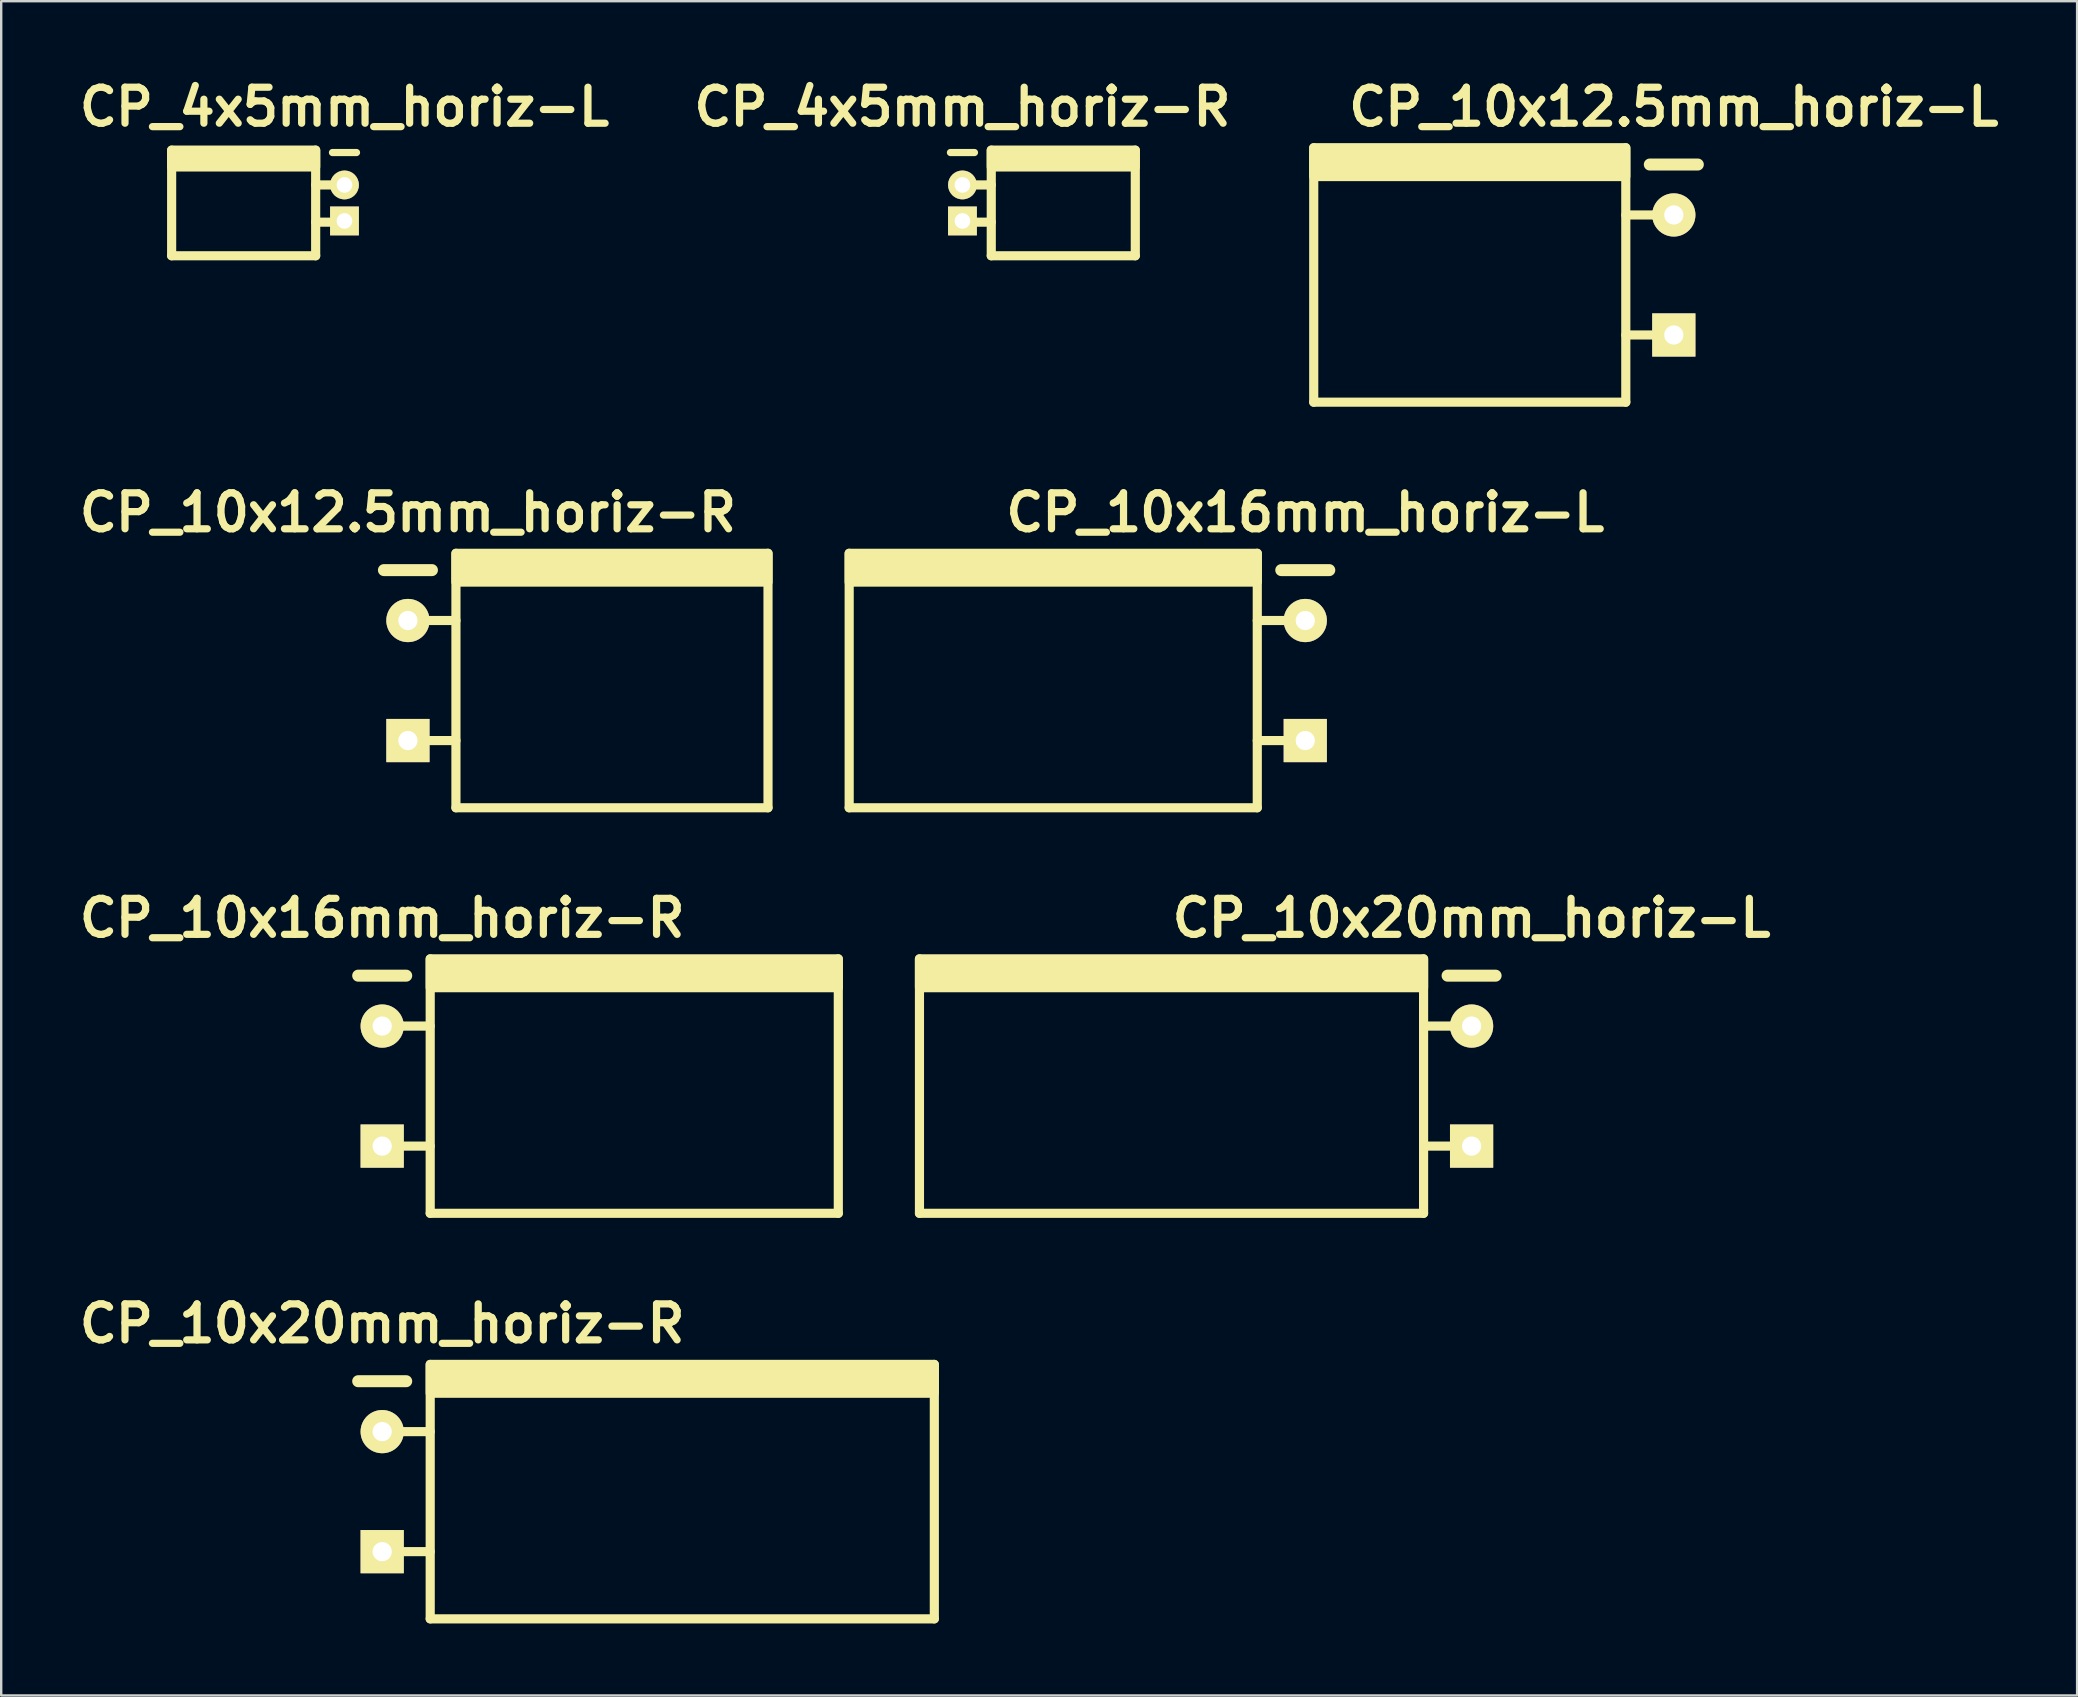
<source format=kicad_pcb>
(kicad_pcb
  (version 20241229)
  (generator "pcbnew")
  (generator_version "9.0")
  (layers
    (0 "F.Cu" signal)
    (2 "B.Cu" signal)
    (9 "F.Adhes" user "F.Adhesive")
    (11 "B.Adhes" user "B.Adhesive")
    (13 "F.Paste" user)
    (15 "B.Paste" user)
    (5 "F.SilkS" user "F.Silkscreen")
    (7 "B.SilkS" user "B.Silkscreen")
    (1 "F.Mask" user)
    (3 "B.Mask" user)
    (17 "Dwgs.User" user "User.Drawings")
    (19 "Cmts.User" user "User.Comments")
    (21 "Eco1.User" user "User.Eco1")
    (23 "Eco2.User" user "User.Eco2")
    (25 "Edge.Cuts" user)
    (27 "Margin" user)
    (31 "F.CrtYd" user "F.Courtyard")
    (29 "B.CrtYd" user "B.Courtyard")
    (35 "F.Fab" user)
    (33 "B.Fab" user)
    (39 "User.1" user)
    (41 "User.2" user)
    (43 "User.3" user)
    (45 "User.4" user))
  (footprint "CP_10x12.5mm_horiz-L"
    (layer "F.Cu")
    (at 66.676 8.404)
    (property "Reference" "CP_10x12.5mm_horiz-L" (at 0 -7 0) (layer "F.SilkS") (effects (font (size 1.5 1.5) (thickness 0.3))))
    (attr through_hole)
    (fp_line (start -15 5.3) (end -15 -5.3) (stroke (width 0.381) (type solid)) (layer "F.SilkS"))
    (fp_line (start -2 -5.3) (end -2 5.3) (stroke (width 0.381) (type solid)) (layer "F.SilkS"))
    (fp_line (start -2 -2.5) (end 0 -2.5) (stroke (width 0.381) (type solid)) (layer "F.SilkS"))
    (fp_line (start -2 2.5) (end 0 2.5) (stroke (width 0.381) (type solid)) (layer "F.SilkS"))
    (fp_line (start -2 5.3) (end -15 5.3) (stroke (width 0.381) (type solid)) (layer "F.SilkS"))
    (fp_line (start -1 -4.6) (end 1 -4.6) (stroke (width 0.5) (type solid)) (layer "F.SilkS"))
    (fp_poly (pts (xy -2 -4.1) (xy -15 -4.1) (xy -15 -5.3) (xy -2 -5.3)) (stroke (width 0.381) (type solid)) (fill yes) (layer "F.SilkS"))
    (pad "1" thru_hole rect (at 0 2.5) (size 1.8 1.8) (drill 0.8) (layers "*.Cu" "*.Mask" "F.SilkS"))
    (pad "2" thru_hole circle (at 0 -2.5) (size 1.8 1.8) (drill 0.8) (layers "*.Cu" "*.Mask" "F.SilkS")))
  (footprint "CP_10x12.5mm_horiz-R"
    (layer "F.Cu")
    (at 13.943 25.299)
    (property "Reference" "CP_10x12.5mm_horiz-R" (at 0 -7 0) (layer "F.SilkS") (effects (font (size 1.5 1.5) (thickness 0.3))))
    (attr through_hole)
    (fp_line (start -1 -4.6) (end 1 -4.6) (stroke (width 0.5) (type solid)) (layer "F.SilkS"))
    (fp_line (start 0 -2.5) (end 2 -2.5) (stroke (width 0.381) (type solid)) (layer "F.SilkS"))
    (fp_line (start 0 2.5) (end 2 2.5) (stroke (width 0.381) (type solid)) (layer "F.SilkS"))
    (fp_line (start 2 5.3) (end 2 -5.3) (stroke (width 0.381) (type solid)) (layer "F.SilkS"))
    (fp_line (start 15 -5.3) (end 15 5.3) (stroke (width 0.381) (type solid)) (layer "F.SilkS"))
    (fp_line (start 15 5.3) (end 2 5.3) (stroke (width 0.381) (type solid)) (layer "F.SilkS"))
    (fp_poly (pts (xy 15 -4.1) (xy 2 -4.1) (xy 2 -5.3) (xy 15 -5.3)) (stroke (width 0.381) (type solid)) (fill yes) (layer "F.SilkS"))
    (pad "1" thru_hole rect (at 0 2.5) (size 1.8 1.8) (drill 0.8) (layers "*.Cu" "*.Mask" "F.SilkS"))
    (pad "2" thru_hole circle (at 0 -2.5) (size 1.8 1.8) (drill 0.8) (layers "*.Cu" "*.Mask" "F.SilkS")))
  (footprint "CP_10x20mm_horiz-R"
    (layer "F.Cu")
    (at 12.871 59.087)
    (property "Reference" "CP_10x20mm_horiz-R" (at 0 -7 0) (layer "F.SilkS") (effects (font (size 1.5 1.5) (thickness 0.3))))
    (attr through_hole)
    (fp_line (start -1 -4.6) (end 1 -4.6) (stroke (width 0.5) (type solid)) (layer "F.SilkS"))
    (fp_line (start 0 -2.5) (end 2 -2.5) (stroke (width 0.381) (type solid)) (layer "F.SilkS"))
    (fp_line (start 0 2.5) (end 2 2.5) (stroke (width 0.381) (type solid)) (layer "F.SilkS"))
    (fp_line (start 2 5.3) (end 2 -5.3) (stroke (width 0.381) (type solid)) (layer "F.SilkS"))
    (fp_line (start 23 -5.3) (end 23 5.3) (stroke (width 0.381) (type solid)) (layer "F.SilkS"))
    (fp_line (start 23 5.3) (end 2 5.3) (stroke (width 0.381) (type solid)) (layer "F.SilkS"))
    (fp_poly (pts (xy 23 -4.1) (xy 2 -4.1) (xy 2 -5.3) (xy 23 -5.3)) (stroke (width 0.381) (type solid)) (fill yes) (layer "F.SilkS"))
    (pad "1" thru_hole rect (at 0 2.5) (size 1.8 1.8) (drill 0.8) (layers "*.Cu" "*.Mask" "F.SilkS"))
    (pad "2" thru_hole circle (at 0 -2.5) (size 1.8 1.8) (drill 0.8) (layers "*.Cu" "*.Mask" "F.SilkS")))
  (footprint "CP_4x5mm_horiz-L"
    (layer "F.Cu")
    (at 11.3 5.404)
    (property "Reference" "CP_4x5mm_horiz-L" (at 0 -4 0) (layer "F.SilkS") (effects (font (size 1.5 1.5) (thickness 0.3))))
    (attr through_hole)
    (fp_line (start -7.2 -2.2) (end -7.2 2.2) (stroke (width 0.381) (type solid)) (layer "F.SilkS"))
    (fp_line (start -7.2 2.2) (end -1.2 2.2) (stroke (width 0.381) (type solid)) (layer "F.SilkS"))
    (fp_line (start -1.2 -0.75) (end 0 -0.75) (stroke (width 0.381) (type solid)) (layer "F.SilkS"))
    (fp_line (start -1.2 0.8) (end 0 0.8) (stroke (width 0.381) (type solid)) (layer "F.SilkS"))
    (fp_line (start -1.2 2.2) (end -1.2 -2.2) (stroke (width 0.381) (type solid)) (layer "F.SilkS"))
    (fp_line (start 0.5 -2.1) (end -0.5 -2.1) (stroke (width 0.3) (type solid)) (layer "F.SilkS"))
    (fp_poly (pts (xy -1.2 -1.5) (xy -7.2 -1.5) (xy -7.2 -2.2) (xy -1.2 -2.2)) (stroke (width 0.381) (type solid)) (fill yes) (layer "F.SilkS"))
    (pad "1" thru_hole rect (at 0 0.75) (size 1.2 1.2) (drill 0.65) (layers "*.Cu" "*.Mask" "F.SilkS"))
    (pad "2" thru_hole circle (at 0 -0.75) (size 1.2 1.2) (drill 0.65) (layers "*.Cu" "*.Mask" "F.SilkS")))
  (footprint "CP_10x16mm_horiz-L"
    (layer "F.Cu")
    (at 51.324 25.299)
    (property "Reference" "CP_10x16mm_horiz-L" (at 0 -7 0) (layer "F.SilkS") (effects (font (size 1.5 1.5) (thickness 0.3))))
    (attr through_hole)
    (fp_line (start -19 5.3) (end -19 -5.3) (stroke (width 0.381) (type solid)) (layer "F.SilkS"))
    (fp_line (start -2 -5.3) (end -2 5.3) (stroke (width 0.381) (type solid)) (layer "F.SilkS"))
    (fp_line (start -2 -2.5) (end 0 -2.5) (stroke (width 0.381) (type solid)) (layer "F.SilkS"))
    (fp_line (start -2 2.5) (end 0 2.5) (stroke (width 0.381) (type solid)) (layer "F.SilkS"))
    (fp_line (start -2 5.3) (end -19 5.3) (stroke (width 0.381) (type solid)) (layer "F.SilkS"))
    (fp_line (start -1 -4.6) (end 1 -4.6) (stroke (width 0.5) (type solid)) (layer "F.SilkS"))
    (fp_poly (pts (xy -2 -4.1) (xy -19 -4.1) (xy -19 -5.3) (xy -2 -5.3)) (stroke (width 0.381) (type solid)) (fill yes) (layer "F.SilkS"))
    (pad "1" thru_hole rect (at 0 2.5) (size 1.8 1.8) (drill 0.8) (layers "*.Cu" "*.Mask" "F.SilkS"))
    (pad "2" thru_hole circle (at 0 -2.5) (size 1.8 1.8) (drill 0.8) (layers "*.Cu" "*.Mask" "F.SilkS")))
  (footprint "CP_10x16mm_horiz-R"
    (layer "F.Cu")
    (at 12.871 42.193)
    (property "Reference" "CP_10x16mm_horiz-R" (at 0 -7 0) (layer "F.SilkS") (effects (font (size 1.5 1.5) (thickness 0.3))))
    (attr through_hole)
    (fp_line (start -1 -4.6) (end 1 -4.6) (stroke (width 0.5) (type solid)) (layer "F.SilkS"))
    (fp_line (start 0 -2.5) (end 2 -2.5) (stroke (width 0.381) (type solid)) (layer "F.SilkS"))
    (fp_line (start 0 2.5) (end 2 2.5) (stroke (width 0.381) (type solid)) (layer "F.SilkS"))
    (fp_line (start 2 5.3) (end 2 -5.3) (stroke (width 0.381) (type solid)) (layer "F.SilkS"))
    (fp_line (start 19 -5.3) (end 19 5.3) (stroke (width 0.381) (type solid)) (layer "F.SilkS"))
    (fp_line (start 19 5.3) (end 2 5.3) (stroke (width 0.381) (type solid)) (layer "F.SilkS"))
    (fp_poly (pts (xy 19 -4.1) (xy 2 -4.1) (xy 2 -5.3) (xy 19 -5.3)) (stroke (width 0.381) (type solid)) (fill yes) (layer "F.SilkS"))
    (pad "1" thru_hole rect (at 0 2.5) (size 1.8 1.8) (drill 0.8) (layers "*.Cu" "*.Mask" "F.SilkS"))
    (pad "2" thru_hole circle (at 0 -2.5) (size 1.8 1.8) (drill 0.8) (layers "*.Cu" "*.Mask" "F.SilkS")))
  (footprint "CP_4x5mm_horiz-R"
    (layer "F.Cu")
    (at 37.043 5.404)
    (property "Reference" "CP_4x5mm_horiz-R" (at 0 -4 0) (layer "F.SilkS") (effects (font (size 1.5 1.5) (thickness 0.3))))
    (attr through_hole)
    (fp_line (start -0.5 -2.1) (end 0.5 -2.1) (stroke (width 0.3) (type solid)) (layer "F.SilkS"))
    (fp_line (start 0 -0.75) (end 1.2 -0.75) (stroke (width 0.381) (type solid)) (layer "F.SilkS"))
    (fp_line (start 0 0.8) (end 1.2 0.8) (stroke (width 0.381) (type solid)) (layer "F.SilkS"))
    (fp_line (start 1.2 2.2) (end 1.2 -2.2) (stroke (width 0.381) (type solid)) (layer "F.SilkS"))
    (fp_line (start 7.2 -2.2) (end 7.2 2.2) (stroke (width 0.381) (type solid)) (layer "F.SilkS"))
    (fp_line (start 7.2 2.2) (end 1.2 2.2) (stroke (width 0.381) (type solid)) (layer "F.SilkS"))
    (fp_poly (pts (xy 7.2 -1.5) (xy 1.2 -1.5) (xy 1.2 -2.2) (xy 7.2 -2.2)) (stroke (width 0.381) (type solid)) (fill yes) (layer "F.SilkS"))
    (pad "1" thru_hole rect (at 0 0.75) (size 1.2 1.2) (drill 0.65) (layers "*.Cu" "*.Mask" "F.SilkS"))
    (pad "2" thru_hole circle (at 0 -0.75) (size 1.2 1.2) (drill 0.65) (layers "*.Cu" "*.Mask" "F.SilkS")))
  (footprint "CP_10x20mm_horiz-L"
    (layer "F.Cu")
    (at 58.252 42.193)
    (property "Reference" "CP_10x20mm_horiz-L" (at 0 -7 0) (layer "F.SilkS") (effects (font (size 1.5 1.5) (thickness 0.3))))
    (attr through_hole)
    (fp_line (start -23 5.3) (end -23 -5.3) (stroke (width 0.381) (type solid)) (layer "F.SilkS"))
    (fp_line (start -2 -5.3) (end -2 5.3) (stroke (width 0.381) (type solid)) (layer "F.SilkS"))
    (fp_line (start -2 -2.5) (end 0 -2.5) (stroke (width 0.381) (type solid)) (layer "F.SilkS"))
    (fp_line (start -2 2.5) (end 0 2.5) (stroke (width 0.381) (type solid)) (layer "F.SilkS"))
    (fp_line (start -2 5.3) (end -23 5.3) (stroke (width 0.381) (type solid)) (layer "F.SilkS"))
    (fp_line (start -1 -4.6) (end 1 -4.6) (stroke (width 0.5) (type solid)) (layer "F.SilkS"))
    (fp_poly (pts (xy -2 -4.1) (xy -23 -4.1) (xy -23 -5.3) (xy -2 -5.3)) (stroke (width 0.381) (type solid)) (fill yes) (layer "F.SilkS"))
    (pad "1" thru_hole rect (at 0 2.5) (size 1.8 1.8) (drill 0.8) (layers "*.Cu" "*.Mask" "F.SilkS"))
    (pad "2" thru_hole circle (at 0 -2.5) (size 1.8 1.8) (drill 0.8) (layers "*.Cu" "*.Mask" "F.SilkS")))
  (gr_rect
    (start -3 -3)
    (end 83.476 67.578)
    (stroke (width 0.1) (type default))
    (fill no)
    (layer "Edge.Cuts")))
</source>
